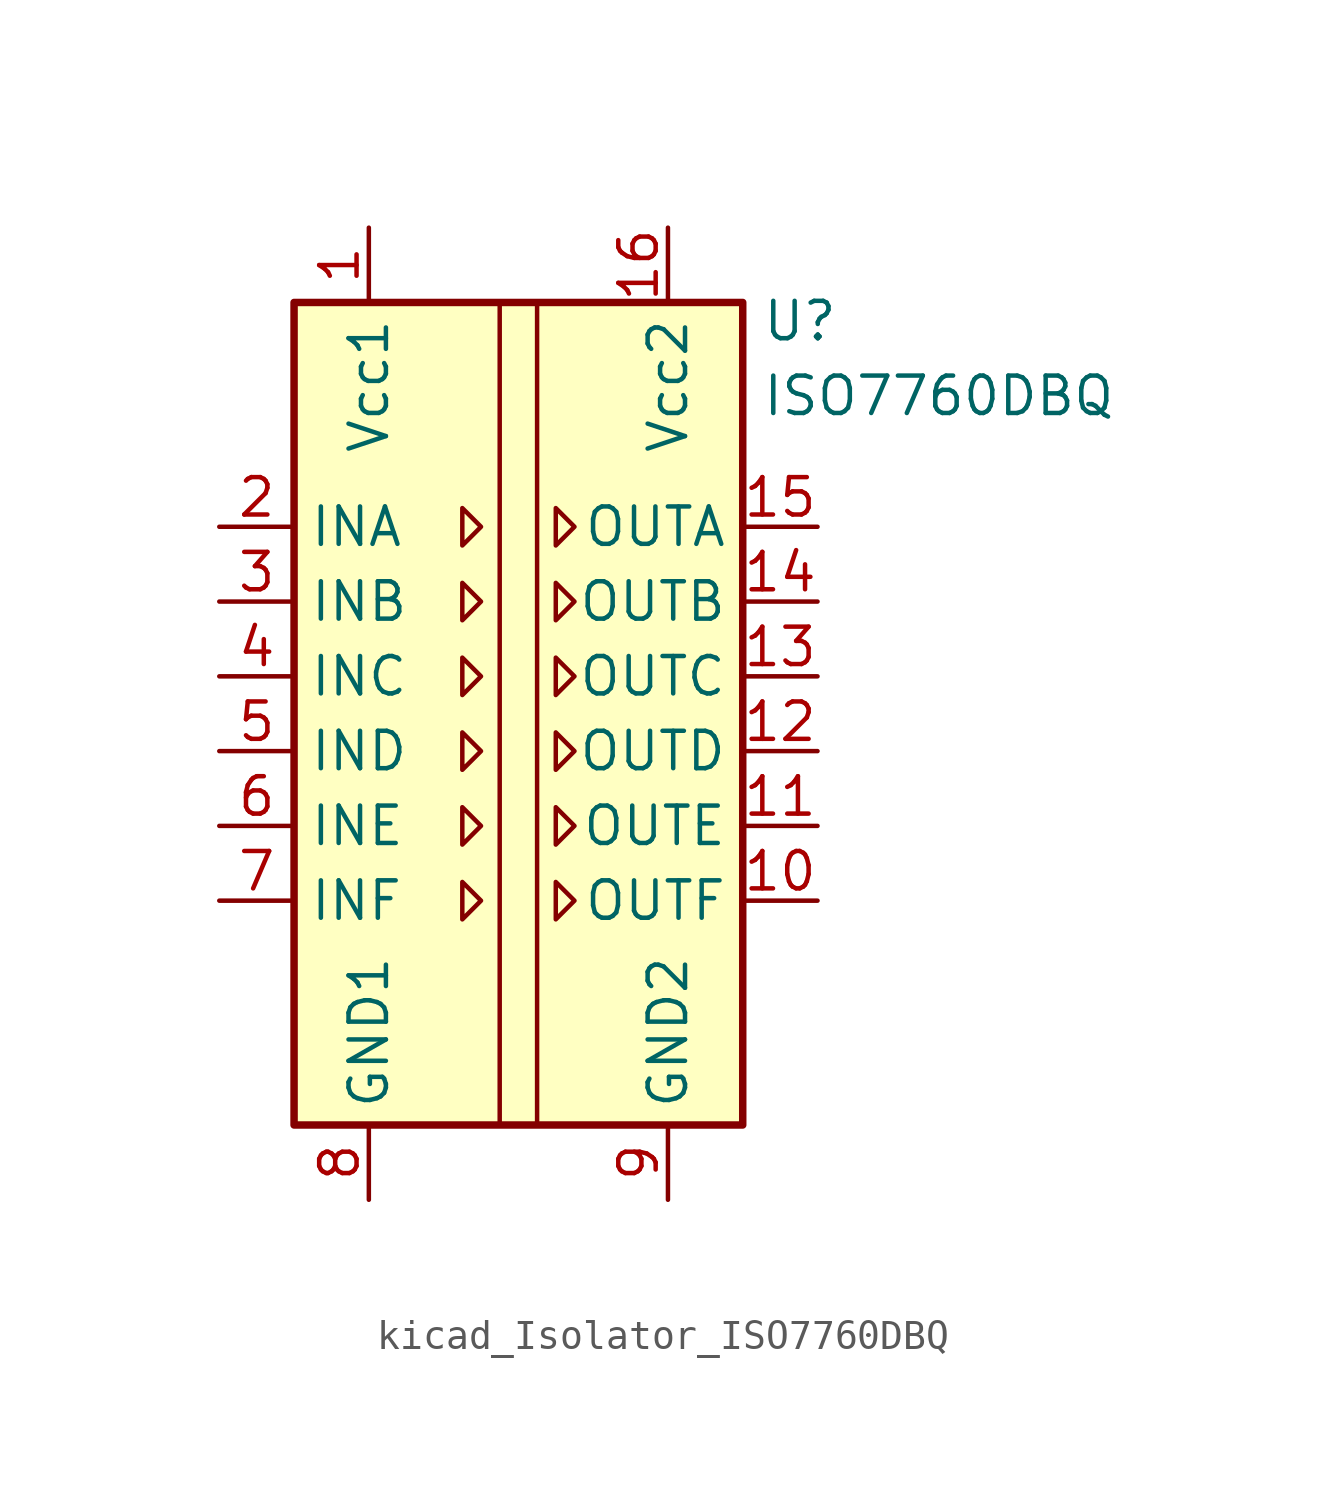
<source format=kicad_sym>
(kicad_symbol_lib
  (version 20220914)
  (generator kicad_symbol_editor)
  (symbol "kicad_Isolator_ISO7760DBQ"
    (property "Reference" "U"
      (at 8.255 14.605 0)
      (effects (font (size 1.27 1.27)) (justify left)))
    (property "Value" "ISO7760DBQ"
      (at 8.255 12.065 0)
      (effects (font (size 1.27 1.27)) (justify left)))
    (symbol "kicad_Isolator_ISO7760DBQ_0_1"
      (rectangle (start -7.62 15.24) (end 7.62 -12.7) (stroke (width 0.254) (type default)) (fill (type background)))
      (polyline (pts (xy -0.635 15.24) (xy -0.635 -12.7)) (stroke (width 0) (type default)) (fill (type none)))
      (polyline (pts (xy 0.635 15.24) (xy 0.635 -12.7)) (stroke (width 0) (type default)) (fill (type none)))
      (polyline (pts (xy -1.905 8.255) (xy -1.27 7.62) (xy -1.905 6.985) (xy -1.905 8.255)) (stroke (width 0) (type default)) (fill (type none)))
      (polyline (pts (xy 1.27 8.255) (xy 1.905 7.62) (xy 1.27 6.985) (xy 1.27 8.255)) (stroke (width 0) (type default)) (fill (type none))))
    (symbol "kicad_Isolator_ISO7760DBQ_1_1"
      (polyline (pts (xy -1.905 -4.445) (xy -1.27 -5.08) (xy -1.905 -5.715) (xy -1.905 -4.445)) (stroke (width 0) (type default)) (fill (type none)))
      (polyline (pts (xy -1.905 -1.905) (xy -1.27 -2.54) (xy -1.905 -3.175) (xy -1.905 -1.905)) (stroke (width 0) (type default)) (fill (type none)))
      (polyline (pts (xy -1.905 0.635) (xy -1.27 0) (xy -1.905 -0.635) (xy -1.905 0.635)) (stroke (width 0) (type default)) (fill (type none)))
      (polyline (pts (xy -1.905 3.175) (xy -1.27 2.54) (xy -1.905 1.905) (xy -1.905 3.175)) (stroke (width 0) (type default)) (fill (type none)))
      (polyline (pts (xy -1.905 5.715) (xy -1.27 5.08) (xy -1.905 4.445) (xy -1.905 5.715)) (stroke (width 0) (type default)) (fill (type none)))
      (polyline (pts (xy 1.27 -4.445) (xy 1.905 -5.08) (xy 1.27 -5.715) (xy 1.27 -4.445)) (stroke (width 0) (type default)) (fill (type none)))
      (polyline (pts (xy 1.27 -1.905) (xy 1.905 -2.54) (xy 1.27 -3.175) (xy 1.27 -1.905)) (stroke (width 0) (type default)) (fill (type none)))
      (polyline (pts (xy 1.27 0.635) (xy 1.905 0) (xy 1.27 -0.635) (xy 1.27 0.635)) (stroke (width 0) (type default)) (fill (type none)))
      (polyline (pts (xy 1.27 3.175) (xy 1.905 2.54) (xy 1.27 1.905) (xy 1.27 3.175)) (stroke (width 0) (type default)) (fill (type none)))
      (polyline (pts (xy 1.27 5.715) (xy 1.905 5.08) (xy 1.27 4.445) (xy 1.27 5.715)) (stroke (width 0) (type default)) (fill (type none)))
      (pin power_in line (at -5.08 17.78 270) (length 2.54) (name "Vcc1" (effects (font (size 1.27 1.27)))) (number "1" (effects (font (size 1.27 1.27)))))
      (pin output line (at 10.16 -5.08 180) (length 2.54) (name "OUTF" (effects (font (size 1.27 1.27)))) (number "10" (effects (font (size 1.27 1.27)))))
      (pin output line (at 10.16 -2.54 180) (length 2.54) (name "OUTE" (effects (font (size 1.27 1.27)))) (number "11" (effects (font (size 1.27 1.27)))))
      (pin output line (at 10.16 0 180) (length 2.54) (name "OUTD" (effects (font (size 1.27 1.27)))) (number "12" (effects (font (size 1.27 1.27)))))
      (pin output line (at 10.16 2.54 180) (length 2.54) (name "OUTC" (effects (font (size 1.27 1.27)))) (number "13" (effects (font (size 1.27 1.27)))))
      (pin output line (at 10.16 5.08 180) (length 2.54) (name "OUTB" (effects (font (size 1.27 1.27)))) (number "14" (effects (font (size 1.27 1.27)))))
      (pin output line (at 10.16 7.62 180) (length 2.54) (name "OUTA" (effects (font (size 1.27 1.27)))) (number "15" (effects (font (size 1.27 1.27)))))
      (pin power_in line (at 5.08 17.78 270) (length 2.54) (name "Vcc2" (effects (font (size 1.27 1.27)))) (number "16" (effects (font (size 1.27 1.27)))))
      (pin input line (at -10.16 7.62 0) (length 2.54) (name "INA" (effects (font (size 1.27 1.27)))) (number "2" (effects (font (size 1.27 1.27)))))
      (pin input line (at -10.16 5.08 0) (length 2.54) (name "INB" (effects (font (size 1.27 1.27)))) (number "3" (effects (font (size 1.27 1.27)))))
      (pin input line (at -10.16 2.54 0) (length 2.54) (name "INC" (effects (font (size 1.27 1.27)))) (number "4" (effects (font (size 1.27 1.27)))))
      (pin input line (at -10.16 0 0) (length 2.54) (name "IND" (effects (font (size 1.27 1.27)))) (number "5" (effects (font (size 1.27 1.27)))))
      (pin input line (at -10.16 -2.54 0) (length 2.54) (name "INE" (effects (font (size 1.27 1.27)))) (number "6" (effects (font (size 1.27 1.27)))))
      (pin input line (at -10.16 -5.08 0) (length 2.54) (name "INF" (effects (font (size 1.27 1.27)))) (number "7" (effects (font (size 1.27 1.27)))))
      (pin power_in line (at -5.08 -15.24 90) (length 2.54) (name "GND1" (effects (font (size 1.27 1.27)))) (number "8" (effects (font (size 1.27 1.27)))))
      (pin power_in line (at 5.08 -15.24 90) (length 2.54) (name "GND2" (effects (font (size 1.27 1.27)))) (number "9" (effects (font (size 1.27 1.27))))))))
</source>
